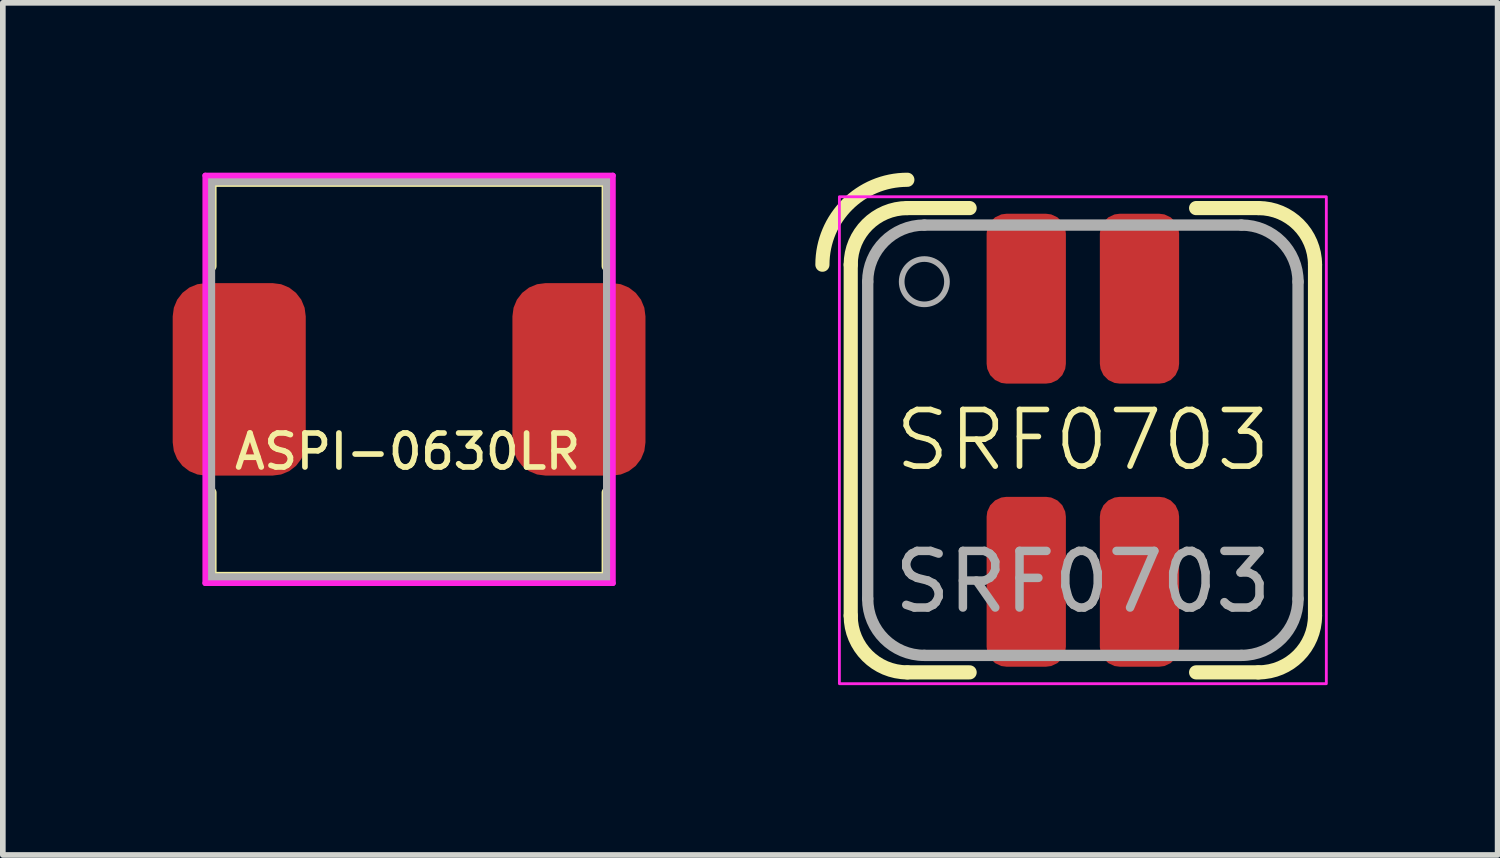
<source format=kicad_pcb>
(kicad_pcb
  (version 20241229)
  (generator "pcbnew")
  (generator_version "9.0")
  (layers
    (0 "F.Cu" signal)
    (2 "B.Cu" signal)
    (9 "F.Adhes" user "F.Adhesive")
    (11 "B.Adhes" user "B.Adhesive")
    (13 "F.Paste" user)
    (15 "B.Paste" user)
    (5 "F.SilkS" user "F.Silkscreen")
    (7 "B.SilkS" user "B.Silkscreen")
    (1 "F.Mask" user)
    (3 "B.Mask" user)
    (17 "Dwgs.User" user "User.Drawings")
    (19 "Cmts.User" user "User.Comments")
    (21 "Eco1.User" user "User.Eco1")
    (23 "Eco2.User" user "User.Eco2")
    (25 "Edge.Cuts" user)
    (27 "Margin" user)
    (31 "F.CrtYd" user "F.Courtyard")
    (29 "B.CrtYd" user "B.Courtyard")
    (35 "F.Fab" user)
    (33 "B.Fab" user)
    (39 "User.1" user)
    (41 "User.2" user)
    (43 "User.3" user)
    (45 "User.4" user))
  (footprint "ASPI-0630LR"
    (layer "F.Cu")
    (at 4.175 3.65)
    (property "Reference" "ASPI-0630LR" (at -0.025 1.275 0) (layer "F.SilkS") (effects (font (size 0.6 0.6) (thickness 0.1))))
    (property "Value" "${VALUE}" (at 0 0 0) (layer "F.Fab") (hide yes) (effects (font (size 0.5 0.5) (thickness 0.1))))
    (attr smd)
    (fp_line (start -3.5 -3.5) (end 3.5 -3.5) (stroke (width 0.2) (type solid)) (layer "F.SilkS"))
    (fp_line (start -3.5 -2) (end -3.5 -3.5) (stroke (width 0.2) (type solid)) (layer "F.SilkS"))
    (fp_line (start -3.5 3.5) (end -3.5 2) (stroke (width 0.2) (type solid)) (layer "F.SilkS"))
    (fp_line (start 3.5 -3.5) (end 3.5 -2) (stroke (width 0.2) (type solid)) (layer "F.SilkS"))
    (fp_line (start 3.5 2) (end 3.5 3.5) (stroke (width 0.2) (type solid)) (layer "F.SilkS"))
    (fp_line (start 3.5 3.5) (end -3.5 3.5) (stroke (width 0.2) (type solid)) (layer "F.SilkS"))
    (fp_line (start -3.6 -3.6) (end 3.6 -3.6) (stroke (width 0.1) (type solid)) (layer "F.CrtYd"))
    (fp_line (start -3.6 3.6) (end -3.6 -3.6) (stroke (width 0.1) (type solid)) (layer "F.CrtYd"))
    (fp_line (start 3.6 -3.6) (end 3.6 3.6) (stroke (width 0.1) (type solid)) (layer "F.CrtYd"))
    (fp_line (start 3.6 3.6) (end -3.6 3.6) (stroke (width 0.1) (type solid)) (layer "F.CrtYd"))
    (fp_line (start -3.5 -3.5) (end 3.5 -3.5) (stroke (width 0.15) (type solid)) (layer "F.Fab"))
    (fp_line (start -3.5 3.5) (end -3.5 -3.5) (stroke (width 0.15) (type solid)) (layer "F.Fab"))
    (fp_line (start -3.5 3.5) (end 3.5 3.5) (stroke (width 0.15) (type solid)) (layer "F.Fab"))
    (fp_line (start 3.5 -3.5) (end 3.5 3.5) (stroke (width 0.15) (type solid)) (layer "F.Fab"))
    (pad "1" smd roundrect (at -3 0) (size 2.35 3.4) (layers "F.Cu" "F.Mask" "F.Paste") (roundrect_rratio 0.25))
    (pad "2" smd roundrect (at 3 0) (size 2.35 3.4) (layers "F.Cu" "F.Mask" "F.Paste") (roundrect_rratio 0.25)))
  (footprint "SRF0703"
    (layer "F.Cu")
    (at 16.075 4.725)
    (property "Reference" "SRF0703" (at 0 0 0) (unlocked yes) (layer "F.SilkS") (effects (font (size 1 1) (thickness 0.1))))
    (attr smd)
    (fp_line (start -4.1 -3.1) (end -4.1 3.1) (stroke (width 0.25) (type default)) (layer "F.SilkS"))
    (fp_line (start -3.1 4.1) (end -2 4.1) (stroke (width 0.25) (type default)) (layer "F.SilkS"))
    (fp_line (start -2 -4.1) (end -3.1 -4.1) (stroke (width 0.25) (type default)) (layer "F.SilkS"))
    (fp_line (start 2 4.1) (end 3.1 4.1) (stroke (width 0.25) (type default)) (layer "F.SilkS"))
    (fp_line (start 3.1 -4.1) (end 2 -4.1) (stroke (width 0.25) (type default)) (layer "F.SilkS"))
    (fp_line (start 4.1 3.1) (end 4.1 -3.1) (stroke (width 0.25) (type default)) (layer "F.SilkS"))
    (fp_arc (start -4.6 -3.1) (mid -4.160661 -4.160661) (end -3.1 -4.6) (stroke (width 0.25) (type default)) (layer "F.SilkS"))
    (fp_arc (start -4.1 -3.1) (mid -3.807107 -3.807107) (end -3.1 -4.1) (stroke (width 0.25) (type default)) (layer "F.SilkS"))
    (fp_arc (start -3.1 4.1) (mid -3.807107 3.807107) (end -4.1 3.1) (stroke (width 0.25) (type default)) (layer "F.SilkS"))
    (fp_arc (start 3.1 -4.1) (mid 3.807107 -3.807107) (end 4.1 -3.1) (stroke (width 0.25) (type default)) (layer "F.SilkS"))
    (fp_arc (start 4.1 3.1) (mid 3.807107 3.807107) (end 3.1 4.1) (stroke (width 0.25) (type default)) (layer "F.SilkS"))
    (fp_rect (start 4.3 -4.3) (end -4.3 4.3) (stroke (width 0.05) (type default)) (fill no) (layer "F.CrtYd"))
    (fp_line (start -3.8 2.8) (end -3.8 -2.8) (stroke (width 0.2) (type default)) (layer "F.Fab"))
    (fp_line (start -2.8 -3.8) (end 2.8 -3.8) (stroke (width 0.2) (type default)) (layer "F.Fab"))
    (fp_line (start 2.8 3.8) (end -2.8 3.8) (stroke (width 0.2) (type default)) (layer "F.Fab"))
    (fp_line (start 3.8 -2.8) (end 3.8 2.8) (stroke (width 0.2) (type default)) (layer "F.Fab"))
    (fp_arc (start -3.8 -2.8) (mid -3.507107 -3.507107) (end -2.8 -3.8) (stroke (width 0.2) (type default)) (layer "F.Fab"))
    (fp_arc (start -2.8 3.8) (mid -3.507107 3.507107) (end -3.8 2.8) (stroke (width 0.2) (type default)) (layer "F.Fab"))
    (fp_arc (start 2.8 -3.8) (mid 3.507107 -3.507107) (end 3.8 -2.8) (stroke (width 0.2) (type default)) (layer "F.Fab"))
    (fp_arc (start 3.8 2.8) (mid 3.507107 3.507107) (end 2.8 3.8) (stroke (width 0.2) (type default)) (layer "F.Fab"))
    (fp_circle (center -2.8 -2.8) (end -2.4 -2.8) (stroke (width 0.1) (type solid)) (fill no) (layer "F.Fab"))
    (fp_text user "${REFERENCE}" (at 0 2.5 0) (unlocked yes) (layer "F.Fab") (effects (font (size 1 1) (thickness 0.15))))
    (pad "1" smd roundrect (at -1 -2.5) (size 1.4 3) (layers "F.Cu" "F.Mask" "F.Paste") (roundrect_rratio 0.25))
    (pad "2" smd roundrect (at 1 -2.5) (size 1.4 3) (layers "F.Cu" "F.Mask" "F.Paste") (roundrect_rratio 0.25))
    (pad "3" smd roundrect (at 1 2.5) (size 1.4 3) (layers "F.Cu" "F.Mask" "F.Paste") (roundrect_rratio 0.25))
    (pad "4" smd roundrect (at -1 2.5) (size 1.4 3) (layers "F.Cu" "F.Mask" "F.Paste") (roundrect_rratio 0.25)))
  (gr_rect
    (start -3 -3)
    (end 23.4 12.05)
    (stroke (width 0.1) (type default))
    (fill no)
    (layer "Edge.Cuts")))
</source>
